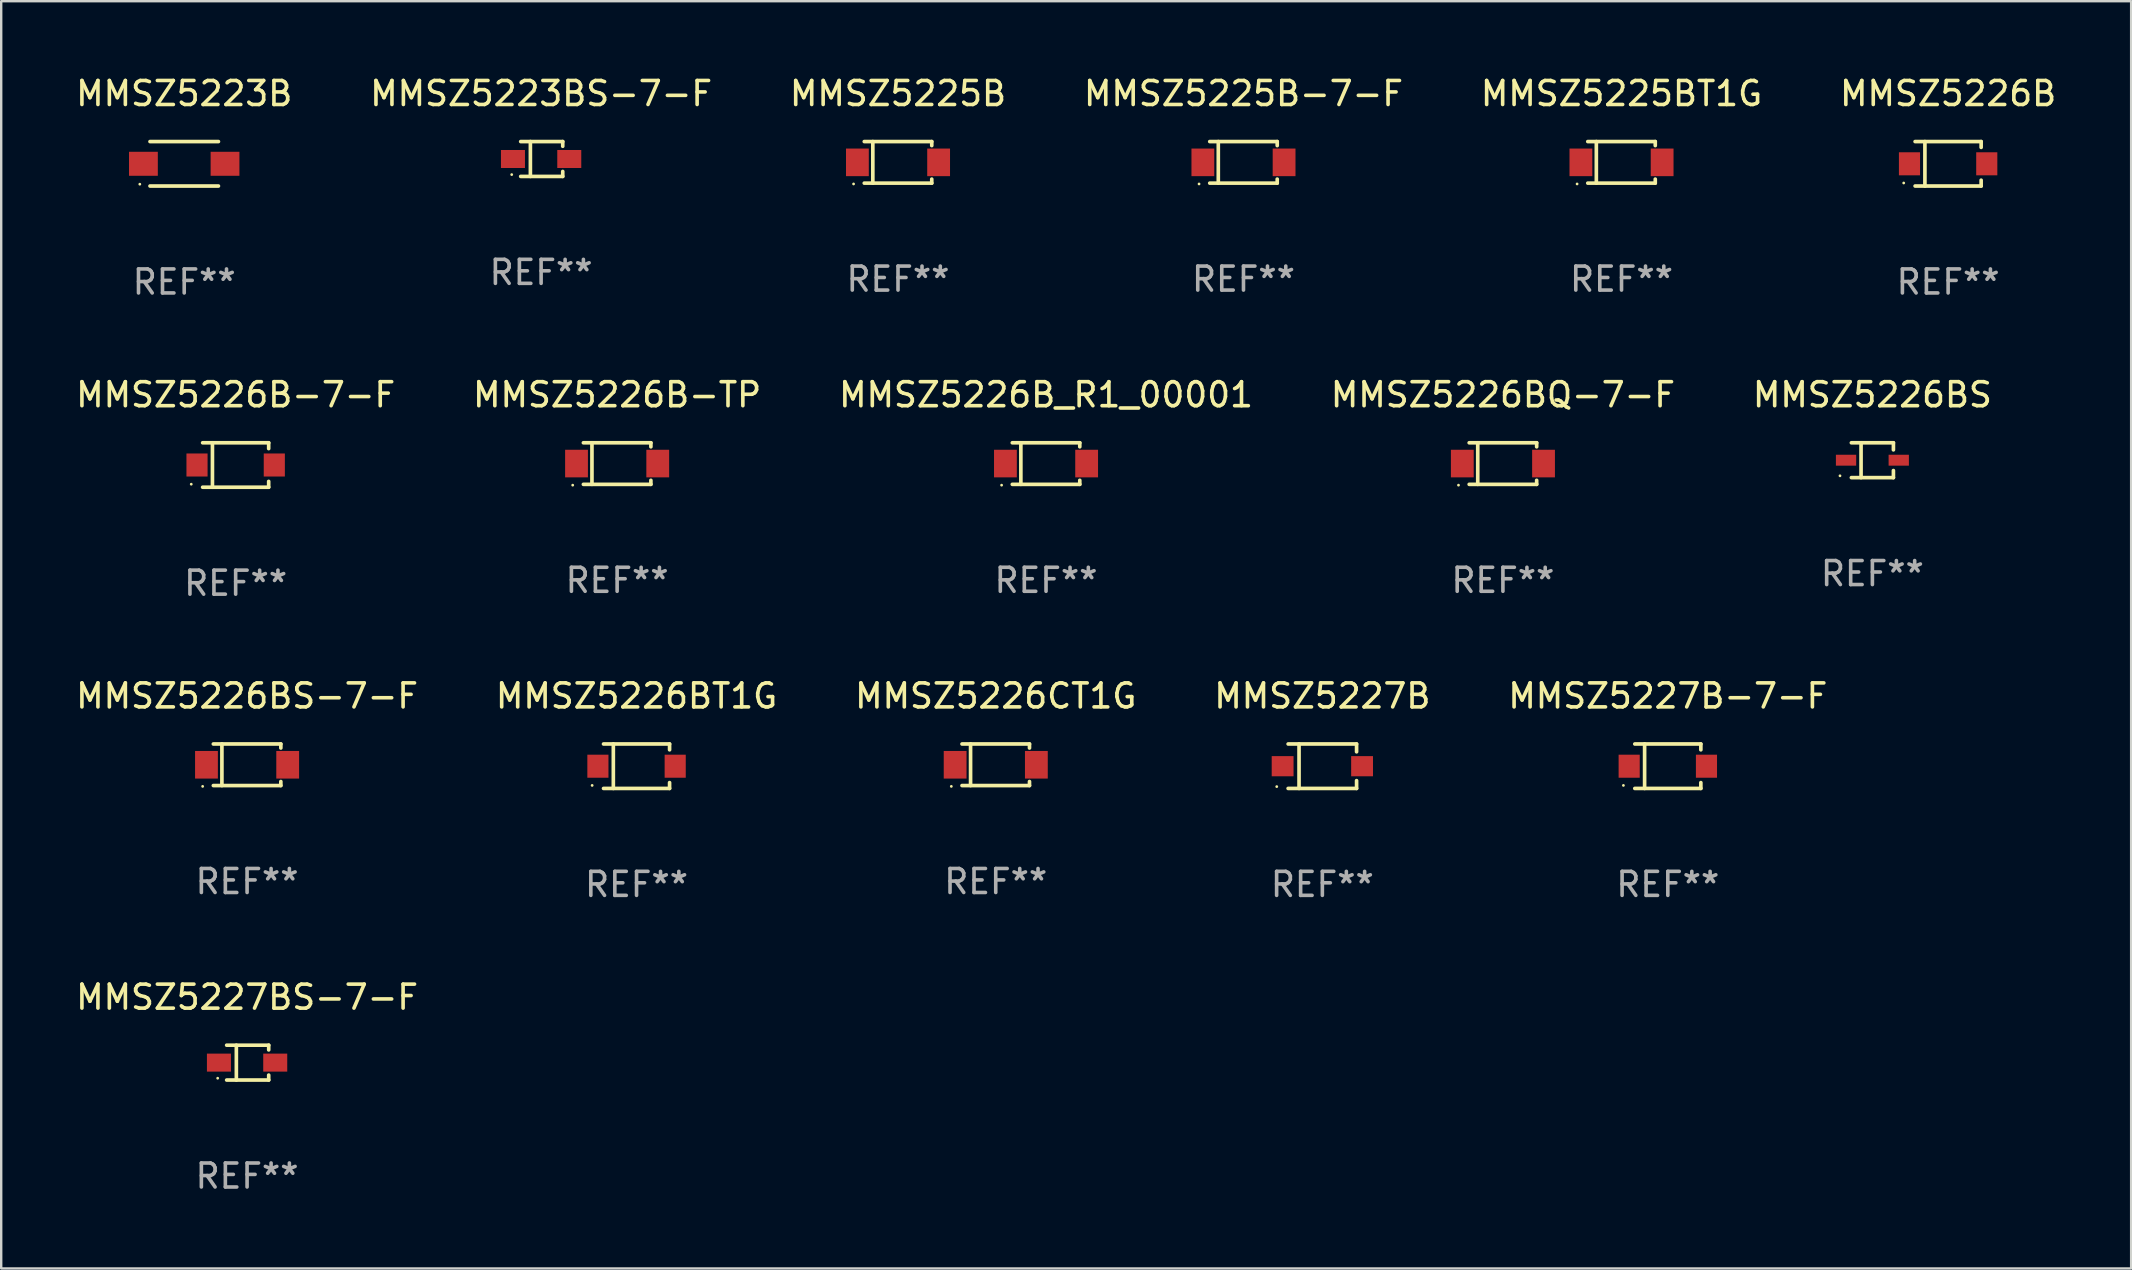
<source format=kicad_pcb>
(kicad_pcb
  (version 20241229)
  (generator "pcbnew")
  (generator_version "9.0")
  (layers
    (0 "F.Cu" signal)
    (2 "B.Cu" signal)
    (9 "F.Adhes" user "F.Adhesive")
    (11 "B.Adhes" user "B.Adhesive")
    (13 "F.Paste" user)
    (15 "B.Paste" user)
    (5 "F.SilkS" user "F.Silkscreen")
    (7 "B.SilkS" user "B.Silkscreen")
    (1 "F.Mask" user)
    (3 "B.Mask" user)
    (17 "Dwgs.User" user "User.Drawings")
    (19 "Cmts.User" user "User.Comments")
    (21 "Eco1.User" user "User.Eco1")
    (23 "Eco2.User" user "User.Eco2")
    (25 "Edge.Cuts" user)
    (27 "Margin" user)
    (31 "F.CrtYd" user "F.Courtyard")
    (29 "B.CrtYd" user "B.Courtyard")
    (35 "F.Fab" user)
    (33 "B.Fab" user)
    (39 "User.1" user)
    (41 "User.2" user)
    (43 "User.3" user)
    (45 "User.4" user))
  (footprint "MMSZ5223B"
    (layer "F.Cu")
    (at 4.625 3.774)
    (property "Reference" "MMSZ5223B" (at 0 -2.926 0) (layer "F.SilkS") (effects (font (size 1 1) (thickness 0.15))))
    (attr through_hole)
    (fp_line (start -1.426 -0.926) (end 1.426 -0.926) (stroke (width 0.152) (type solid)) (layer "F.SilkS"))
    (fp_line (start -1.426 0.926) (end 1.426 0.926) (stroke (width 0.152) (type solid)) (layer "F.SilkS"))
    (fp_circle (center -1.85 0.85) (end -1.82 0.85) (stroke (width 0.06) (type solid)) (fill no) (layer "F.SilkS"))
    (fp_text user "REF**" (at 0 4.926 0) (layer "F.Fab") (effects (font (size 1 1) (thickness 0.15))))
    (pad "1" smd rect (at -1.7 0.000013) (size 1.2 1) (layers "F.Cu" "F.Mask" "F.Paste"))
    (pad "2" smd rect (at 1.7 0.000013) (size 1.2 1) (layers "F.Cu" "F.Mask" "F.Paste")))
  (footprint "MMSZ5226B-7-F"
    (layer "F.Cu")
    (at 6.768 16.323)
    (property "Reference" "MMSZ5226B-7-F" (at 0 -2.926 0) (layer "F.SilkS") (effects (font (size 1 1) (thickness 0.15))))
    (attr through_hole)
    (fp_line (start -1.376 -0.926) (end 1.376 -0.926) (stroke (width 0.152) (type solid)) (layer "F.SilkS"))
    (fp_line (start -1.376 0.926) (end 1.376 0.926) (stroke (width 0.152) (type solid)) (layer "F.SilkS"))
    (fp_line (start -0.967 -0.926) (end -0.967 0.926) (stroke (width 0.152) (type solid)) (layer "F.SilkS"))
    (fp_line (start 1.376 -0.926) (end 1.376 -0.683) (stroke (width 0.152) (type solid)) (layer "F.SilkS"))
    (fp_line (start 1.376 0.926) (end 1.376 0.683) (stroke (width 0.152) (type solid)) (layer "F.SilkS"))
    (fp_circle (center -1.85 0.8) (end -1.82 0.8) (stroke (width 0.06) (type solid)) (fill no) (layer "F.SilkS"))
    (fp_text user "REF**" (at 0 4.926 0) (layer "F.Fab") (effects (font (size 1 1) (thickness 0.15))))
    (pad "1" smd rect (at -1.61 0) (size 0.88 0.96) (layers "F.Cu" "F.Mask" "F.Paste"))
    (pad "2" smd rect (at 1.61 0) (size 0.88 0.96) (layers "F.Cu" "F.Mask" "F.Paste")))
  (footprint "MMSZ5225B-7-F"
    (layer "F.Cu")
    (at 48.756 3.714)
    (property "Reference" "MMSZ5225B-7-F" (at 0 -2.866 0) (layer "F.SilkS") (effects (font (size 1 1) (thickness 0.15))))
    (attr through_hole)
    (fp_line (start -1.406 -0.866) (end 1.406 -0.866) (stroke (width 0.152) (type solid)) (layer "F.SilkS"))
    (fp_line (start -1.406 0.866) (end 1.406 0.866) (stroke (width 0.152) (type solid)) (layer "F.SilkS"))
    (fp_line (start -1.049 -0.866) (end -1.049 0.866) (stroke (width 0.152) (type solid)) (layer "F.SilkS"))
    (fp_line (start 1.406 -0.866) (end 1.406 -0.698) (stroke (width 0.152) (type solid)) (layer "F.SilkS"))
    (fp_line (start 1.406 0.866) (end 1.406 0.698) (stroke (width 0.152) (type solid)) (layer "F.SilkS"))
    (fp_circle (center -1.851 0.9) (end -1.821 0.9) (stroke (width 0.06) (type solid)) (fill no) (layer "F.SilkS"))
    (fp_text user "REF**" (at 0 4.866 0) (layer "F.Fab") (effects (font (size 1 1) (thickness 0.15))))
    (pad "1" smd rect (at -1.692 0) (size 0.95 1.15) (layers "F.Cu" "F.Mask" "F.Paste"))
    (pad "2" smd rect (at 1.692 0) (size 0.95 1.15) (layers "F.Cu" "F.Mask" "F.Paste")))
  (footprint "MMSZ5226B"
    (layer "F.Cu")
    (at 78.113 3.774)
    (property "Reference" "MMSZ5226B" (at 0 -2.926 0) (layer "F.SilkS") (effects (font (size 1 1) (thickness 0.15))))
    (attr through_hole)
    (fp_line (start -1.376 -0.926) (end 1.376 -0.926) (stroke (width 0.152) (type solid)) (layer "F.SilkS"))
    (fp_line (start -1.376 0.926) (end 1.376 0.926) (stroke (width 0.152) (type solid)) (layer "F.SilkS"))
    (fp_line (start -0.967 -0.926) (end -0.967 0.926) (stroke (width 0.152) (type solid)) (layer "F.SilkS"))
    (fp_line (start 1.376 -0.926) (end 1.376 -0.683) (stroke (width 0.152) (type solid)) (layer "F.SilkS"))
    (fp_line (start 1.376 0.926) (end 1.376 0.683) (stroke (width 0.152) (type solid)) (layer "F.SilkS"))
    (fp_circle (center -1.85 0.8) (end -1.82 0.8) (stroke (width 0.06) (type solid)) (fill no) (layer "F.SilkS"))
    (fp_text user "REF**" (at 0 4.926 0) (layer "F.Fab") (effects (font (size 1 1) (thickness 0.15))))
    (pad "1" smd rect (at -1.61 0) (size 0.88 0.96) (layers "F.Cu" "F.Mask" "F.Paste"))
    (pad "2" smd rect (at 1.61 0) (size 0.88 0.96) (layers "F.Cu" "F.Mask" "F.Paste")))
  (footprint "MMSZ5226B_R1_00001"
    (layer "F.Cu")
    (at 40.53 16.263)
    (property "Reference" "MMSZ5226B_R1_00001" (at 0 -2.866 0) (layer "F.SilkS") (effects (font (size 1 1) (thickness 0.15))))
    (attr through_hole)
    (fp_line (start -1.406 -0.866) (end 1.406 -0.866) (stroke (width 0.152) (type solid)) (layer "F.SilkS"))
    (fp_line (start -1.406 0.866) (end 1.406 0.866) (stroke (width 0.152) (type solid)) (layer "F.SilkS"))
    (fp_line (start -1.049 -0.866) (end -1.049 0.866) (stroke (width 0.152) (type solid)) (layer "F.SilkS"))
    (fp_line (start 1.406 -0.866) (end 1.406 -0.698) (stroke (width 0.152) (type solid)) (layer "F.SilkS"))
    (fp_line (start 1.406 0.866) (end 1.406 0.698) (stroke (width 0.152) (type solid)) (layer "F.SilkS"))
    (fp_circle (center -1.851 0.9) (end -1.821 0.9) (stroke (width 0.06) (type solid)) (fill no) (layer "F.SilkS"))
    (fp_text user "REF**" (at 0 4.866 0) (layer "F.Fab") (effects (font (size 1 1) (thickness 0.15))))
    (pad "1" smd rect (at -1.692 0) (size 0.95 1.15) (layers "F.Cu" "F.Mask" "F.Paste"))
    (pad "2" smd rect (at 1.692 0) (size 0.95 1.15) (layers "F.Cu" "F.Mask" "F.Paste")))
  (footprint "MMSZ5227BS-7-F"
    (layer "F.Cu")
    (at 7.244 41.221)
    (property "Reference" "MMSZ5227BS-7-F" (at 0 -2.726 0) (layer "F.SilkS") (effects (font (size 1 1) (thickness 0.15))))
    (attr through_hole)
    (fp_line (start -0.851 -0.726) (end 0.901 -0.726) (stroke (width 0.152) (type solid)) (layer "F.SilkS"))
    (fp_line (start -0.851 0.726) (end 0.901 0.726) (stroke (width 0.152) (type solid)) (layer "F.SilkS"))
    (fp_line (start -0.447 -0.726) (end -0.447 0.726) (stroke (width 0.152) (type solid)) (layer "F.SilkS"))
    (fp_line (start 0.901 -0.726) (end 0.901 -0.53) (stroke (width 0.152) (type solid)) (layer "F.SilkS"))
    (fp_line (start 0.901 0.726) (end 0.901 0.52) (stroke (width 0.152) (type solid)) (layer "F.SilkS"))
    (fp_circle (center -1.225 0.65) (end -1.195 0.65) (stroke (width 0.06) (type solid)) (fill no) (layer "F.SilkS"))
    (fp_text user "REF**" (at 0 4.726 0) (layer "F.Fab") (effects (font (size 1 1) (thickness 0.15))))
    (pad "1" smd rect (at -1.173 0) (size 1 0.75) (layers "F.Cu" "F.Mask" "F.Paste"))
    (pad "2" smd rect (at 1.173 0) (size 1 0.75) (layers "F.Cu" "F.Mask" "F.Paste")))
  (footprint "MMSZ5223BS-7-F"
    (layer "F.Cu")
    (at 19.494 3.574)
    (property "Reference" "MMSZ5223BS-7-F" (at 0 -2.726 0) (layer "F.SilkS") (effects (font (size 1 1) (thickness 0.15))))
    (attr through_hole)
    (fp_line (start -0.851 -0.726) (end 0.901 -0.726) (stroke (width 0.152) (type solid)) (layer "F.SilkS"))
    (fp_line (start -0.851 0.726) (end 0.901 0.726) (stroke (width 0.152) (type solid)) (layer "F.SilkS"))
    (fp_line (start -0.447 -0.726) (end -0.447 0.726) (stroke (width 0.152) (type solid)) (layer "F.SilkS"))
    (fp_line (start 0.901 -0.726) (end 0.901 -0.53) (stroke (width 0.152) (type solid)) (layer "F.SilkS"))
    (fp_line (start 0.901 0.726) (end 0.901 0.52) (stroke (width 0.152) (type solid)) (layer "F.SilkS"))
    (fp_circle (center -1.225 0.65) (end -1.195 0.65) (stroke (width 0.06) (type solid)) (fill no) (layer "F.SilkS"))
    (fp_text user "REF**" (at 0 4.726 0) (layer "F.Fab") (effects (font (size 1 1) (thickness 0.15))))
    (pad "1" smd rect (at -1.173 0) (size 1 0.75) (layers "F.Cu" "F.Mask" "F.Paste"))
    (pad "2" smd rect (at 1.173 0) (size 1 0.75) (layers "F.Cu" "F.Mask" "F.Paste")))
  (footprint "MMSZ5226CT1G"
    (layer "F.Cu")
    (at 38.435 28.812)
    (property "Reference" "MMSZ5226CT1G" (at 0 -2.866 0) (layer "F.SilkS") (effects (font (size 1 1) (thickness 0.15))))
    (attr through_hole)
    (fp_line (start -1.406 -0.866) (end 1.406 -0.866) (stroke (width 0.152) (type solid)) (layer "F.SilkS"))
    (fp_line (start -1.406 0.866) (end 1.406 0.866) (stroke (width 0.152) (type solid)) (layer "F.SilkS"))
    (fp_line (start -1.049 -0.866) (end -1.049 0.866) (stroke (width 0.152) (type solid)) (layer "F.SilkS"))
    (fp_line (start 1.406 -0.866) (end 1.406 -0.698) (stroke (width 0.152) (type solid)) (layer "F.SilkS"))
    (fp_line (start 1.406 0.866) (end 1.406 0.698) (stroke (width 0.152) (type solid)) (layer "F.SilkS"))
    (fp_circle (center -1.851 0.9) (end -1.821 0.9) (stroke (width 0.06) (type solid)) (fill no) (layer "F.SilkS"))
    (fp_text user "REF**" (at 0 4.866 0) (layer "F.Fab") (effects (font (size 1 1) (thickness 0.15))))
    (pad "1" smd rect (at -1.692 0) (size 0.95 1.15) (layers "F.Cu" "F.Mask" "F.Paste"))
    (pad "2" smd rect (at 1.692 0) (size 0.95 1.15) (layers "F.Cu" "F.Mask" "F.Paste")))
  (footprint "MMSZ5227B"
    (layer "F.Cu")
    (at 52.042 28.872)
    (property "Reference" "MMSZ5227B" (at 0 -2.926 0) (layer "F.SilkS") (effects (font (size 1 1) (thickness 0.15))))
    (attr through_hole)
    (fp_line (start -1.426 0.926) (end 1.426 0.926) (stroke (width 0.152) (type solid)) (layer "F.SilkS"))
    (fp_line (start -1.426 -0.926) (end 1.426 -0.926) (stroke (width 0.152) (type solid)) (layer "F.SilkS"))
    (fp_line (start -0.971 0.926) (end -0.971 -0.926) (stroke (width 0.152) (type solid)) (layer "F.SilkS"))
    (fp_line (start 1.426 -0.926) (end 1.426 -0.6) (stroke (width 0.152) (type solid)) (layer "F.SilkS"))
    (fp_line (start 1.426 0.6) (end 1.426 0.926) (stroke (width 0.152) (type solid)) (layer "F.SilkS"))
    (fp_circle (center -1.9 0.85) (end -1.87 0.85) (stroke (width 0.06) (type solid)) (fill no) (layer "F.SilkS"))
    (fp_text user "REF**" (at 0 4.926 0) (layer "F.Fab") (effects (font (size 1 1) (thickness 0.15))))
    (pad "1" smd rect (at -1.655 -0.000064) (size 0.91 0.84) (layers "F.Cu" "F.Mask" "F.Paste"))
    (pad "2" smd rect (at 1.655 -0.000064) (size 0.91 0.84) (layers "F.Cu" "F.Mask" "F.Paste")))
  (footprint "MMSZ5225B"
    (layer "F.Cu")
    (at 34.363 3.714)
    (property "Reference" "MMSZ5225B" (at 0 -2.866 0) (layer "F.SilkS") (effects (font (size 1 1) (thickness 0.15))))
    (attr through_hole)
    (fp_line (start -1.406 -0.866) (end 1.406 -0.866) (stroke (width 0.152) (type solid)) (layer "F.SilkS"))
    (fp_line (start -1.406 0.866) (end 1.406 0.866) (stroke (width 0.152) (type solid)) (layer "F.SilkS"))
    (fp_line (start -1.049 -0.866) (end -1.049 0.866) (stroke (width 0.152) (type solid)) (layer "F.SilkS"))
    (fp_line (start 1.406 -0.866) (end 1.406 -0.698) (stroke (width 0.152) (type solid)) (layer "F.SilkS"))
    (fp_line (start 1.406 0.866) (end 1.406 0.698) (stroke (width 0.152) (type solid)) (layer "F.SilkS"))
    (fp_circle (center -1.851 0.9) (end -1.821 0.9) (stroke (width 0.06) (type solid)) (fill no) (layer "F.SilkS"))
    (fp_text user "REF**" (at 0 4.866 0) (layer "F.Fab") (effects (font (size 1 1) (thickness 0.15))))
    (pad "1" smd rect (at -1.692 0) (size 0.95 1.15) (layers "F.Cu" "F.Mask" "F.Paste"))
    (pad "2" smd rect (at 1.692 0) (size 0.95 1.15) (layers "F.Cu" "F.Mask" "F.Paste")))
  (footprint "MMSZ5226BQ-7-F"
    (layer "F.Cu")
    (at 59.565 16.263)
    (property "Reference" "MMSZ5226BQ-7-F" (at 0 -2.866 0) (layer "F.SilkS") (effects (font (size 1 1) (thickness 0.15))))
    (attr through_hole)
    (fp_line (start -1.406 -0.866) (end 1.406 -0.866) (stroke (width 0.152) (type solid)) (layer "F.SilkS"))
    (fp_line (start -1.406 0.866) (end 1.406 0.866) (stroke (width 0.152) (type solid)) (layer "F.SilkS"))
    (fp_line (start -1.049 -0.866) (end -1.049 0.866) (stroke (width 0.152) (type solid)) (layer "F.SilkS"))
    (fp_line (start 1.406 -0.866) (end 1.406 -0.698) (stroke (width 0.152) (type solid)) (layer "F.SilkS"))
    (fp_line (start 1.406 0.866) (end 1.406 0.698) (stroke (width 0.152) (type solid)) (layer "F.SilkS"))
    (fp_circle (center -1.851 0.9) (end -1.821 0.9) (stroke (width 0.06) (type solid)) (fill no) (layer "F.SilkS"))
    (fp_text user "REF**" (at 0 4.866 0) (layer "F.Fab") (effects (font (size 1 1) (thickness 0.15))))
    (pad "1" smd rect (at -1.692 0) (size 0.95 1.15) (layers "F.Cu" "F.Mask" "F.Paste"))
    (pad "2" smd rect (at 1.692 0) (size 0.95 1.15) (layers "F.Cu" "F.Mask" "F.Paste")))
  (footprint "MMSZ5227B-7-F"
    (layer "F.Cu")
    (at 66.435 28.872)
    (property "Reference" "MMSZ5227B-7-F" (at 0 -2.926 0) (layer "F.SilkS") (effects (font (size 1 1) (thickness 0.15))))
    (attr through_hole)
    (fp_line (start -1.376 -0.926) (end 1.376 -0.926) (stroke (width 0.152) (type solid)) (layer "F.SilkS"))
    (fp_line (start -1.376 0.926) (end 1.376 0.926) (stroke (width 0.152) (type solid)) (layer "F.SilkS"))
    (fp_line (start -0.967 -0.926) (end -0.967 0.926) (stroke (width 0.152) (type solid)) (layer "F.SilkS"))
    (fp_line (start 1.376 -0.926) (end 1.376 -0.683) (stroke (width 0.152) (type solid)) (layer "F.SilkS"))
    (fp_line (start 1.376 0.926) (end 1.376 0.683) (stroke (width 0.152) (type solid)) (layer "F.SilkS"))
    (fp_circle (center -1.85 0.8) (end -1.82 0.8) (stroke (width 0.06) (type solid)) (fill no) (layer "F.SilkS"))
    (fp_text user "REF**" (at 0 4.926 0) (layer "F.Fab") (effects (font (size 1 1) (thickness 0.15))))
    (pad "1" smd rect (at -1.61 0) (size 0.88 0.96) (layers "F.Cu" "F.Mask" "F.Paste"))
    (pad "2" smd rect (at 1.61 0) (size 0.88 0.96) (layers "F.Cu" "F.Mask" "F.Paste")))
  (footprint "MMSZ5225BT1G"
    (layer "F.Cu")
    (at 64.506 3.714)
    (property "Reference" "MMSZ5225BT1G" (at 0 -2.866 0) (layer "F.SilkS") (effects (font (size 1 1) (thickness 0.15))))
    (attr through_hole)
    (fp_line (start -1.406 -0.866) (end 1.406 -0.866) (stroke (width 0.152) (type solid)) (layer "F.SilkS"))
    (fp_line (start -1.406 0.866) (end 1.406 0.866) (stroke (width 0.152) (type solid)) (layer "F.SilkS"))
    (fp_line (start -1.049 -0.866) (end -1.049 0.866) (stroke (width 0.152) (type solid)) (layer "F.SilkS"))
    (fp_line (start 1.406 -0.866) (end 1.406 -0.698) (stroke (width 0.152) (type solid)) (layer "F.SilkS"))
    (fp_line (start 1.406 0.866) (end 1.406 0.698) (stroke (width 0.152) (type solid)) (layer "F.SilkS"))
    (fp_circle (center -1.851 0.9) (end -1.821 0.9) (stroke (width 0.06) (type solid)) (fill no) (layer "F.SilkS"))
    (fp_text user "REF**" (at 0 4.866 0) (layer "F.Fab") (effects (font (size 1 1) (thickness 0.15))))
    (pad "1" smd rect (at -1.692 0) (size 0.95 1.15) (layers "F.Cu" "F.Mask" "F.Paste"))
    (pad "2" smd rect (at 1.692 0) (size 0.95 1.15) (layers "F.Cu" "F.Mask" "F.Paste")))
  (footprint "MMSZ5226B-TP"
    (layer "F.Cu")
    (at 22.661 16.263)
    (property "Reference" "MMSZ5226B-TP" (at 0 -2.866 0) (layer "F.SilkS") (effects (font (size 1 1) (thickness 0.15))))
    (attr through_hole)
    (fp_line (start -1.406 -0.866) (end 1.406 -0.866) (stroke (width 0.152) (type solid)) (layer "F.SilkS"))
    (fp_line (start -1.406 0.866) (end 1.406 0.866) (stroke (width 0.152) (type solid)) (layer "F.SilkS"))
    (fp_line (start -1.049 -0.866) (end -1.049 0.866) (stroke (width 0.152) (type solid)) (layer "F.SilkS"))
    (fp_line (start 1.406 -0.866) (end 1.406 -0.698) (stroke (width 0.152) (type solid)) (layer "F.SilkS"))
    (fp_line (start 1.406 0.866) (end 1.406 0.698) (stroke (width 0.152) (type solid)) (layer "F.SilkS"))
    (fp_circle (center -1.851 0.9) (end -1.821 0.9) (stroke (width 0.06) (type solid)) (fill no) (layer "F.SilkS"))
    (fp_text user "REF**" (at 0 4.866 0) (layer "F.Fab") (effects (font (size 1 1) (thickness 0.15))))
    (pad "1" smd rect (at -1.692 0) (size 0.95 1.15) (layers "F.Cu" "F.Mask" "F.Paste"))
    (pad "2" smd rect (at 1.692 0) (size 0.95 1.15) (layers "F.Cu" "F.Mask" "F.Paste")))
  (footprint "MMSZ5226BS-7-F"
    (layer "F.Cu")
    (at 7.244 28.812)
    (property "Reference" "MMSZ5226BS-7-F" (at 0 -2.866 0) (layer "F.SilkS") (effects (font (size 1 1) (thickness 0.15))))
    (attr through_hole)
    (fp_line (start -1.406 -0.866) (end 1.406 -0.866) (stroke (width 0.152) (type solid)) (layer "F.SilkS"))
    (fp_line (start -1.406 0.866) (end 1.406 0.866) (stroke (width 0.152) (type solid)) (layer "F.SilkS"))
    (fp_line (start -1.049 -0.866) (end -1.049 0.866) (stroke (width 0.152) (type solid)) (layer "F.SilkS"))
    (fp_line (start 1.406 -0.866) (end 1.406 -0.698) (stroke (width 0.152) (type solid)) (layer "F.SilkS"))
    (fp_line (start 1.406 0.866) (end 1.406 0.698) (stroke (width 0.152) (type solid)) (layer "F.SilkS"))
    (fp_circle (center -1.851 0.9) (end -1.821 0.9) (stroke (width 0.06) (type solid)) (fill no) (layer "F.SilkS"))
    (fp_text user "REF**" (at 0 4.866 0) (layer "F.Fab") (effects (font (size 1 1) (thickness 0.15))))
    (pad "1" smd rect (at -1.692 0) (size 0.95 1.15) (layers "F.Cu" "F.Mask" "F.Paste"))
    (pad "2" smd rect (at 1.692 0) (size 0.95 1.15) (layers "F.Cu" "F.Mask" "F.Paste")))
  (footprint "MMSZ5226BT1G"
    (layer "F.Cu")
    (at 23.47 28.872)
    (property "Reference" "MMSZ5226BT1G" (at 0 -2.926 0) (layer "F.SilkS") (effects (font (size 1 1) (thickness 0.15))))
    (attr through_hole)
    (fp_line (start -1.376 -0.926) (end 1.376 -0.926) (stroke (width 0.152) (type solid)) (layer "F.SilkS"))
    (fp_line (start -1.376 0.926) (end 1.376 0.926) (stroke (width 0.152) (type solid)) (layer "F.SilkS"))
    (fp_line (start -0.967 -0.926) (end -0.967 0.926) (stroke (width 0.152) (type solid)) (layer "F.SilkS"))
    (fp_line (start 1.376 -0.926) (end 1.376 -0.683) (stroke (width 0.152) (type solid)) (layer "F.SilkS"))
    (fp_line (start 1.376 0.926) (end 1.376 0.683) (stroke (width 0.152) (type solid)) (layer "F.SilkS"))
    (fp_circle (center -1.85 0.8) (end -1.82 0.8) (stroke (width 0.06) (type solid)) (fill no) (layer "F.SilkS"))
    (fp_text user "REF**" (at 0 4.926 0) (layer "F.Fab") (effects (font (size 1 1) (thickness 0.15))))
    (pad "1" smd rect (at -1.61 0) (size 0.88 0.96) (layers "F.Cu" "F.Mask" "F.Paste"))
    (pad "2" smd rect (at 1.61 0) (size 0.88 0.96) (layers "F.Cu" "F.Mask" "F.Paste")))
  (footprint "MMSZ5226BS"
    (layer "F.Cu")
    (at 74.958 16.123)
    (property "Reference" "MMSZ5226BS" (at 0 -2.726 0) (layer "F.SilkS") (effects (font (size 1 1) (thickness 0.15))))
    (attr through_hole)
    (fp_line (start -0.876 -0.726) (end 0.876 -0.726) (stroke (width 0.152) (type solid)) (layer "F.SilkS"))
    (fp_line (start -0.876 0.726) (end 0.876 0.726) (stroke (width 0.152) (type solid)) (layer "F.SilkS"))
    (fp_line (start -0.472 -0.726) (end -0.472 0.726) (stroke (width 0.152) (type solid)) (layer "F.SilkS"))
    (fp_line (start 0.876 -0.726) (end 0.876 -0.431) (stroke (width 0.152) (type solid)) (layer "F.SilkS"))
    (fp_line (start 0.876 0.726) (end 0.876 0.431) (stroke (width 0.152) (type solid)) (layer "F.SilkS"))
    (fp_circle (center -1.35 0.65) (end -1.32 0.65) (stroke (width 0.06) (type solid)) (fill no) (layer "F.SilkS"))
    (fp_text user "REF**" (at 0 4.726 0) (layer "F.Fab") (effects (font (size 1 1) (thickness 0.15))))
    (pad "1" smd rect (at -1.098 0 180) (size 0.845 0.455) (layers "F.Cu" "F.Mask" "F.Paste"))
    (pad "2" smd rect (at 1.098 0 180) (size 0.845 0.455) (layers "F.Cu" "F.Mask" "F.Paste")))
  (gr_rect
    (start -3 -3)
    (end 85.738 49.796)
    (stroke (width 0.1) (type default))
    (fill no)
    (layer "Edge.Cuts")))
</source>
